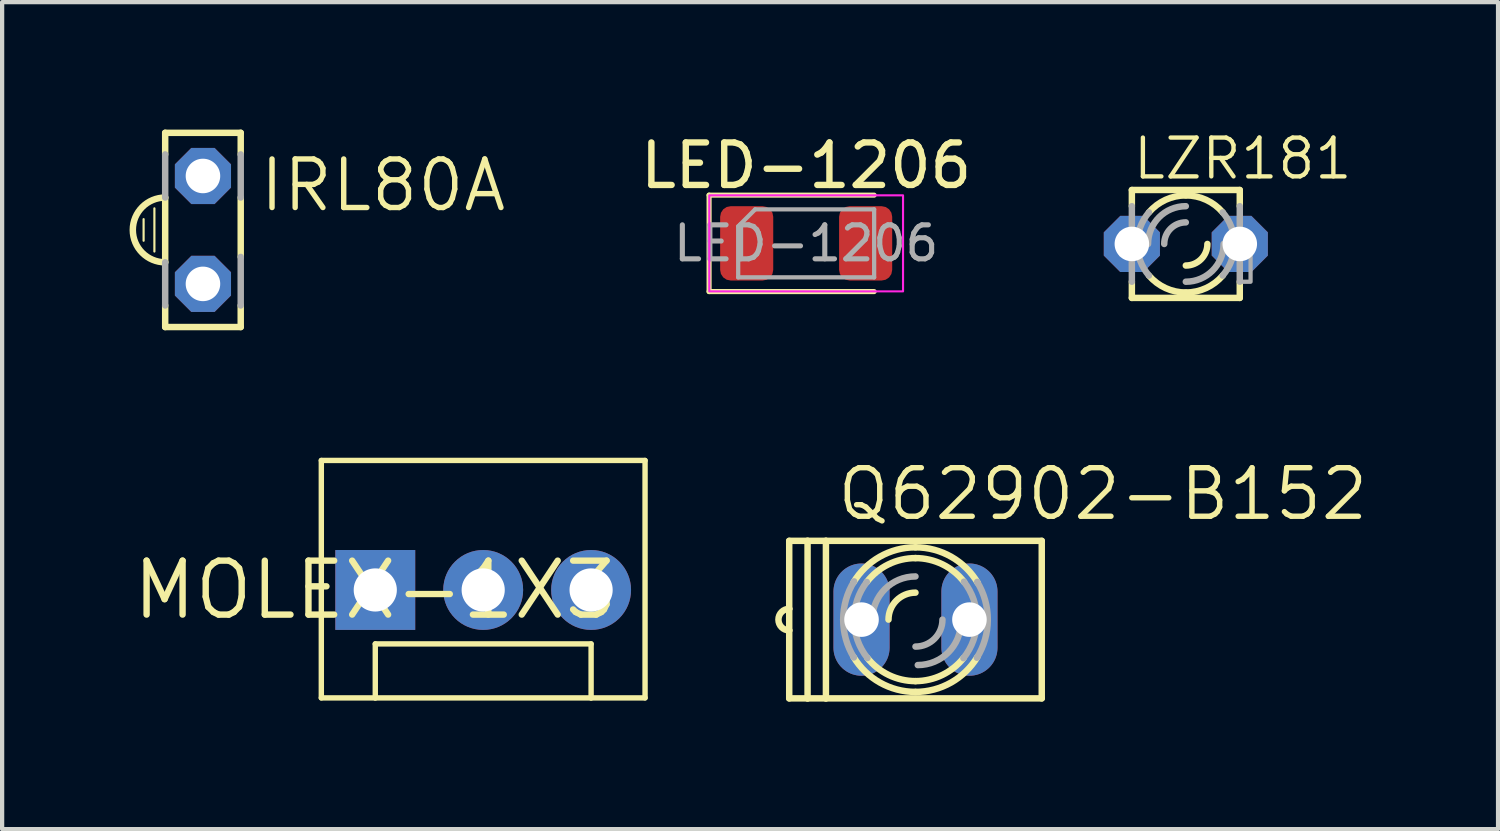
<source format=kicad_pcb>
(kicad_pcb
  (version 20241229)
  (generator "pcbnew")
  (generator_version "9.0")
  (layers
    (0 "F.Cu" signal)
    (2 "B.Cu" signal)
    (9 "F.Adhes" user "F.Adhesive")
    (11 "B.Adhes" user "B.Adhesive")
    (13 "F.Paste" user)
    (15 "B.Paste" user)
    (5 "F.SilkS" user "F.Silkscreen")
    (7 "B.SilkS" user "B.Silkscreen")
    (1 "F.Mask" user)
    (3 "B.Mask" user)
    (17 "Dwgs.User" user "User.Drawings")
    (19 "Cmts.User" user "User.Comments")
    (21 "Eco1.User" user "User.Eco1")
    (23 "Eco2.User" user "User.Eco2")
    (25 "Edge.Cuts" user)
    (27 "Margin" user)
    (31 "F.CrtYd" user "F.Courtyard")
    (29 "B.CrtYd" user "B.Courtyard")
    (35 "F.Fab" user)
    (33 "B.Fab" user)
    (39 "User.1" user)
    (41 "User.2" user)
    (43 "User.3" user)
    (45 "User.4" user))
  (footprint "LED-1206"
    (layer "F.Cu")
    (at 15.925 2.678)
    (property "Reference" "LED-1206" (at 0 -1.83 0) (layer "F.SilkS") (effects (font (size 1 1) (thickness 0.15))))
    (attr smd)
    (fp_line (start -2.285 -1.135) (end -2.285 1.135) (stroke (width 0.12) (type solid)) (layer "F.SilkS"))
    (fp_line (start -2.285 1.135) (end 1.6 1.135) (stroke (width 0.12) (type solid)) (layer "F.SilkS"))
    (fp_line (start 1.6 -1.135) (end -2.285 -1.135) (stroke (width 0.12) (type solid)) (layer "F.SilkS"))
    (fp_rect (start -2.28 -1.13) (end 2.28 1.13) (stroke (width 0.05) (type solid)) (fill no) (layer "F.CrtYd"))
    (fp_line (start -1.6 -0.4) (end -1.6 0.8) (stroke (width 0.1) (type solid)) (layer "F.Fab"))
    (fp_line (start -1.6 0.8) (end 1.6 0.8) (stroke (width 0.1) (type solid)) (layer "F.Fab"))
    (fp_line (start -1.2 -0.8) (end -1.6 -0.4) (stroke (width 0.1) (type solid)) (layer "F.Fab"))
    (fp_line (start 1.6 -0.8) (end -1.2 -0.8) (stroke (width 0.1) (type solid)) (layer "F.Fab"))
    (fp_line (start 1.6 0.8) (end 1.6 -0.8) (stroke (width 0.1) (type solid)) (layer "F.Fab"))
    (fp_text user "${REFERENCE}" (at 0 0 0) (layer "F.Fab") (effects (font (size 0.8 0.8) (thickness 0.12))))
    (pad "1" smd roundrect (at -1.4 0) (size 1.25 1.75) (layers "F.Cu" "F.Mask" "F.Paste") (roundrect_rratio 0.2))
    (pad "2" smd roundrect (at 1.4 0) (size 1.25 1.75) (layers "F.Cu" "F.Mask" "F.Paste") (roundrect_rratio 0.2)))
  (footprint "Q62902-B152"
    (layer "F.Cu")
    (at 18.498 11.534)
    (property "Reference" "Q62902-B152" (at -1.905 -2.286 0) (unlocked yes) (layer "F.SilkS") (effects (font (size 1.143 1.143) (thickness 0.127)) (justify left bottom)))
    (fp_line (start -2.972 -0.254) (end -2.972 -1.854) (stroke (width 0.152) (type solid)) (layer "F.SilkS"))
    (fp_line (start -2.972 0.254) (end -2.972 -0.254) (stroke (width 0.152) (type solid)) (layer "F.SilkS"))
    (fp_line (start -2.972 1.854) (end -2.972 0.254) (stroke (width 0.152) (type solid)) (layer "F.SilkS"))
    (fp_line (start -2.54 -1.854) (end -2.972 -1.854) (stroke (width 0.152) (type solid)) (layer "F.SilkS"))
    (fp_line (start -2.54 -1.854) (end -2.108 -1.854) (stroke (width 0.152) (type solid)) (layer "F.SilkS"))
    (fp_line (start -2.54 1.854) (end -2.972 1.854) (stroke (width 0.152) (type solid)) (layer "F.SilkS"))
    (fp_line (start -2.54 1.854) (end -2.54 -1.854) (stroke (width 0.152) (type solid)) (layer "F.SilkS"))
    (fp_line (start -2.108 -1.854) (end -2.108 1.854) (stroke (width 0.152) (type solid)) (layer "F.SilkS"))
    (fp_line (start -2.108 -1.854) (end 2.972 -1.854) (stroke (width 0.152) (type solid)) (layer "F.SilkS"))
    (fp_line (start -2.108 1.854) (end -2.54 1.854) (stroke (width 0.152) (type solid)) (layer "F.SilkS"))
    (fp_line (start 2.972 -1.854) (end 2.972 1.854) (stroke (width 0.152) (type solid)) (layer "F.SilkS"))
    (fp_line (start 2.972 1.854) (end -2.108 1.854) (stroke (width 0.152) (type solid)) (layer "F.SilkS"))
    (fp_arc (start -2.9718 0.254) (mid -3.2258 0) (end -2.9718 -0.254) (stroke (width 0.1524) (type solid)) (layer "F.SilkS"))
    (fp_arc (start -1.4618 -0.8714) (mid -0.840602 -1.479714) (end 0 -1.7018) (stroke (width 0.1524) (type solid)) (layer "F.SilkS"))
    (fp_arc (start -1.1486 -0.8814) (mid -0.640331 -1.298504) (end 0 -1.4478) (stroke (width 0.1524) (type solid)) (layer "F.SilkS"))
    (fp_arc (start -0.635 0) (mid -0.449013 -0.449013) (end 0 -0.635) (stroke (width 0.1524) (type solid)) (layer "F.SilkS"))
    (fp_arc (start 0 -1.7018) (mid 0.845401 -1.476932) (end 1.4674 -0.861801) (stroke (width 0.1524) (type solid)) (layer "F.SilkS"))
    (fp_arc (start 0 -1.4478) (mid 0.639595 -1.298866) (end 1.1476 -0.882699) (stroke (width 0.1524) (type solid)) (layer "F.SilkS"))
    (fp_arc (start 0 1.447799) (mid -0.630468 1.303314) (end -1.1351 0.8987) (stroke (width 0.1524) (type solid)) (layer "F.SilkS"))
    (fp_arc (start 0 1.701801) (mid -0.836616 1.481994) (end -1.4571 0.8793) (stroke (width 0.1524) (type solid)) (layer "F.SilkS"))
    (fp_arc (start 1.1305 0.904401) (mid 0.627152 1.304883) (end 0 1.4478) (stroke (width 0.1524) (type solid)) (layer "F.SilkS"))
    (fp_arc (start 1.4571 0.879299) (mid 0.836616 1.481993) (end 0 1.7018) (stroke (width 0.1524) (type solid)) (layer "F.SilkS"))
    (fp_arc (start -1.7018 0) (mid -1.636273 -0.467764) (end -1.4447 -0.8995) (stroke (width 0.1524) (type solid)) (layer "F.Fab"))
    (fp_arc (start -1.4502 0.8905) (mid -1.637688 0.462679) (end -1.7018 0) (stroke (width 0.1524) (type solid)) (layer "F.Fab"))
    (fp_arc (start -1.4478 0) (mid -1.370171 -0.46773) (end -1.1456 -0.8853) (stroke (width 0.1524) (type solid)) (layer "F.Fab"))
    (fp_arc (start -1.130501 0.9044) (mid -1.36616 0.479218) (end -1.4478 0) (stroke (width 0.1524) (type solid)) (layer "F.Fab"))
    (fp_arc (start -1.016 0) (mid -0.71842 -0.71842) (end 0 -1.016) (stroke (width 0.1524) (type solid)) (layer "F.Fab"))
    (fp_arc (start 0.635 0) (mid 0.449013 0.449013) (end 0 0.635) (stroke (width 0.1524) (type solid)) (layer "F.Fab"))
    (fp_arc (start 1.0699 0.053898) (mid 0.772321 0.772319) (end 0.0539 1.0699) (stroke (width 0.1524) (type solid)) (layer "F.Fab"))
    (fp_arc (start 1.1401 -0.8923) (mid 1.368706 -0.471929) (end 1.4478 0) (stroke (width 0.1524) (type solid)) (layer "F.Fab"))
    (fp_arc (start 1.4478 0) (mid 1.365525 0.481032) (end 1.1281 0.9074) (stroke (width 0.1524) (type solid)) (layer "F.Fab"))
    (fp_arc (start 1.4521 -0.8874) (mid 1.638182 -0.46093) (end 1.7018 0) (stroke (width 0.1524) (type solid)) (layer "F.Fab"))
    (fp_arc (start 1.7018 0) (mid 1.636576 0.466635) (end 1.4459 0.8975) (stroke (width 0.1524) (type solid)) (layer "F.Fab"))
    (pad "A" thru_hole oval (at 1.27 0 90) (size 2.642 1.321) (drill 0.813) (layers "*.Cu" "*.Mask"))
    (pad "K" thru_hole oval (at -1.27 0 90) (size 2.642 1.321) (drill 0.813) (layers "*.Cu" "*.Mask")))
  (footprint "MOLEX-1X3"
    (layer "F.Cu")
    (at 5.783 10.836)
    (property "Reference" "MOLEX-1X3" (at 0 0 0) (layer "F.SilkS") (effects (font (size 1.27 1.27) (thickness 0.15))))
    (fp_line (start -1.27 -3.048) (end -1.27 2.54) (stroke (width 0.127) (type solid)) (layer "F.SilkS"))
    (fp_line (start 0 1.27) (end 5.08 1.27) (stroke (width 0.127) (type solid)) (layer "F.SilkS"))
    (fp_line (start 0 2.54) (end -1.27 2.54) (stroke (width 0.127) (type solid)) (layer "F.SilkS"))
    (fp_line (start 0 2.54) (end 0 1.27) (stroke (width 0.127) (type solid)) (layer "F.SilkS"))
    (fp_line (start 5.08 1.27) (end 5.08 2.54) (stroke (width 0.127) (type solid)) (layer "F.SilkS"))
    (fp_line (start 5.08 2.54) (end 0 2.54) (stroke (width 0.127) (type solid)) (layer "F.SilkS"))
    (fp_line (start 6.35 -3.048) (end -1.27 -3.048) (stroke (width 0.127) (type solid)) (layer "F.SilkS"))
    (fp_line (start 6.35 -3.048) (end 6.35 2.54) (stroke (width 0.127) (type solid)) (layer "F.SilkS"))
    (fp_line (start 6.35 2.54) (end 5.08 2.54) (stroke (width 0.127) (type solid)) (layer "F.SilkS"))
    (pad "1" thru_hole rect (at 0 0) (size 1.88 1.88) (drill 1.016) (layers "*.Cu" "*.Mask"))
    (pad "2" thru_hole circle (at 2.54 0) (size 1.88 1.88) (drill 1.016) (layers "*.Cu" "*.Mask"))
    (pad "3" thru_hole circle (at 5.08 0) (size 1.88 1.88) (drill 1.016) (layers "*.Cu" "*.Mask")))
  (footprint "LZR181"
    (layer "F.Cu")
    (at 24.861 2.692)
    (property "Reference" "LZR181" (at -1.295 -1.473 0) (unlocked yes) (layer "F.SilkS") (effects (font (size 0.914 0.914) (thickness 0.102)) (justify left bottom)))
    (fp_line (start -1.27 -1.27) (end -1.27 -0.889) (stroke (width 0.152) (type solid)) (layer "F.SilkS"))
    (fp_line (start -1.27 -1.27) (end 1.27 -1.27) (stroke (width 0.152) (type solid)) (layer "F.SilkS"))
    (fp_line (start -1.27 1.27) (end -1.27 0.889) (stroke (width 0.152) (type solid)) (layer "F.SilkS"))
    (fp_line (start -1.27 1.27) (end 1.27 1.27) (stroke (width 0.152) (type solid)) (layer "F.SilkS"))
    (fp_line (start 1.27 -1.27) (end 1.27 -0.889) (stroke (width 0.152) (type solid)) (layer "F.SilkS"))
    (fp_line (start 1.27 1.27) (end 1.27 0.889) (stroke (width 0.152) (type solid)) (layer "F.SilkS"))
    (fp_arc (start -0.8678 -0.7439) (mid -0.477588 -1.038445) (end 0 -1.143001) (stroke (width 0.1524) (type solid)) (layer "F.SilkS"))
    (fp_arc (start 0 -1.143) (mid 0.477588 -1.038444) (end 0.8678 -0.743899) (stroke (width 0.1524) (type solid)) (layer "F.SilkS"))
    (fp_arc (start 0 1.143001) (mid -0.477588 1.038445) (end -0.8678 0.7439) (stroke (width 0.1524) (type solid)) (layer "F.SilkS"))
    (fp_arc (start 0.508 0) (mid 0.35921 0.35921) (end 0 0.508) (stroke (width 0.1524) (type solid)) (layer "F.SilkS"))
    (fp_arc (start 0.8678 0.743899) (mid 0.477588 1.038444) (end 0 1.143) (stroke (width 0.1524) (type solid)) (layer "F.SilkS"))
    (fp_line (start -1.27 0.889) (end -1.27 -0.889) (stroke (width 0.152) (type solid)) (layer "F.Fab"))
    (fp_line (start 1.27 -0.889) (end 1.27 0.889) (stroke (width 0.152) (type solid)) (layer "F.Fab"))
    (fp_arc (start -1.143 0) (mid -1.071996 -0.396587) (end -0.8678 -0.7439) (stroke (width 0.1524) (type solid)) (layer "F.Fab"))
    (fp_arc (start -0.889 0) (mid -0.628618 -0.628618) (end 0 -0.889) (stroke (width 0.1524) (type solid)) (layer "F.Fab"))
    (fp_arc (start -0.8678 0.7439) (mid -1.071996 0.396587) (end -1.143 0) (stroke (width 0.1524) (type solid)) (layer "F.Fab"))
    (fp_arc (start -0.508 0) (mid -0.35921 -0.35921) (end 0 -0.508) (stroke (width 0.1524) (type solid)) (layer "F.Fab"))
    (fp_arc (start 0.8678 -0.7439) (mid 1.071996 -0.396587) (end 1.143 0) (stroke (width 0.1524) (type solid)) (layer "F.Fab"))
    (fp_arc (start 0.889 0) (mid 0.628618 0.628618) (end 0 0.889) (stroke (width 0.1524) (type solid)) (layer "F.Fab"))
    (fp_arc (start 1.143 0) (mid 1.071996 0.396587) (end 0.8678 0.7439) (stroke (width 0.1524) (type solid)) (layer "F.Fab"))
    (fp_poly (pts (xy -1.524 0.254) (xy -1.27 0.254) (xy -1.27 -0.254) (xy -1.524 -0.254)) (stroke (width 0.1) (type default)) (fill no) (layer "F.Fab"))
    (fp_poly (pts (xy 1.27 0.889) (xy 1.524 0.889) (xy 1.524 -0.254) (xy 1.27 -0.254)) (stroke (width 0.1) (type default)) (fill no) (layer "F.Fab"))
    (pad "A" thru_hole roundrect (at -1.27 0) (size 1.321 1.321) (drill 0.813) (layers "*.Cu" "*.Mask") (roundrect_rratio 0.25) (chamfer_ratio 0.293) (chamfer top_left top_right bottom_left bottom_right))
    (pad "K" thru_hole roundrect (at 1.27 0) (size 1.321 1.321) (drill 0.813) (layers "*.Cu" "*.Mask") (roundrect_rratio 0.25) (chamfer_ratio 0.293) (chamfer top_left top_right bottom_left bottom_right)))
  (footprint "IRL80A"
    (layer "F.Cu")
    (at 1.727 2.362)
    (property "Reference" "IRL80A" (at 1.27 -0.381 0) (unlocked yes) (layer "F.SilkS") (effects (font (size 1.143 1.143) (thickness 0.127)) (justify left bottom)))
    (fp_line (start -1.397 -0.254) (end -1.397 0.254) (stroke (width 0.051) (type solid)) (layer "F.SilkS"))
    (fp_line (start -1.143 -0.508) (end -1.143 0.508) (stroke (width 0.051) (type solid)) (layer "F.SilkS"))
    (fp_line (start -0.889 -2.286) (end -0.889 -1.778) (stroke (width 0.152) (type solid)) (layer "F.SilkS"))
    (fp_line (start -0.889 -2.286) (end 0.889 -2.286) (stroke (width 0.152) (type solid)) (layer "F.SilkS"))
    (fp_line (start -0.889 -0.762) (end -0.889 0.762) (stroke (width 0.152) (type solid)) (layer "F.SilkS"))
    (fp_line (start -0.889 1.778) (end -0.889 2.286) (stroke (width 0.152) (type solid)) (layer "F.SilkS"))
    (fp_line (start 0.889 -2.286) (end 0.889 -1.778) (stroke (width 0.152) (type solid)) (layer "F.SilkS"))
    (fp_line (start 0.889 -0.762) (end 0.889 0.635) (stroke (width 0.152) (type solid)) (layer "F.SilkS"))
    (fp_line (start 0.889 1.778) (end 0.889 2.286) (stroke (width 0.152) (type solid)) (layer "F.SilkS"))
    (fp_line (start 0.889 2.286) (end -0.889 2.286) (stroke (width 0.152) (type solid)) (layer "F.SilkS"))
    (fp_arc (start -0.889 0.762) (mid -1.651 0) (end -0.889 -0.762) (stroke (width 0.1524) (type solid)) (layer "F.SilkS"))
    (fp_line (start -0.889 -1.778) (end -0.889 -0.762) (stroke (width 0.152) (type solid)) (layer "F.Fab"))
    (fp_line (start -0.889 0.762) (end -0.889 1.778) (stroke (width 0.152) (type solid)) (layer "F.Fab"))
    (fp_line (start 0.889 -1.778) (end 0.889 -0.762) (stroke (width 0.152) (type solid)) (layer "F.Fab"))
    (fp_line (start 0.889 0.635) (end 0.889 1.778) (stroke (width 0.152) (type solid)) (layer "F.Fab"))
    (pad "A" thru_hole roundrect (at 0 1.27) (size 1.321 1.321) (drill 0.813) (layers "*.Cu" "*.Mask") (roundrect_rratio 0.25) (chamfer_ratio 0.293) (chamfer top_left top_right bottom_left bottom_right))
    (pad "K" thru_hole roundrect (at 0 -1.27) (size 1.321 1.321) (drill 0.813) (layers "*.Cu" "*.Mask") (roundrect_rratio 0.25) (chamfer_ratio 0.293) (chamfer top_left top_right bottom_left bottom_right)))
  (gr_rect
    (start -3 -3)
    (end 32.21 16.465)
    (stroke (width 0.1) (type default))
    (fill no)
    (layer "Edge.Cuts")))
</source>
